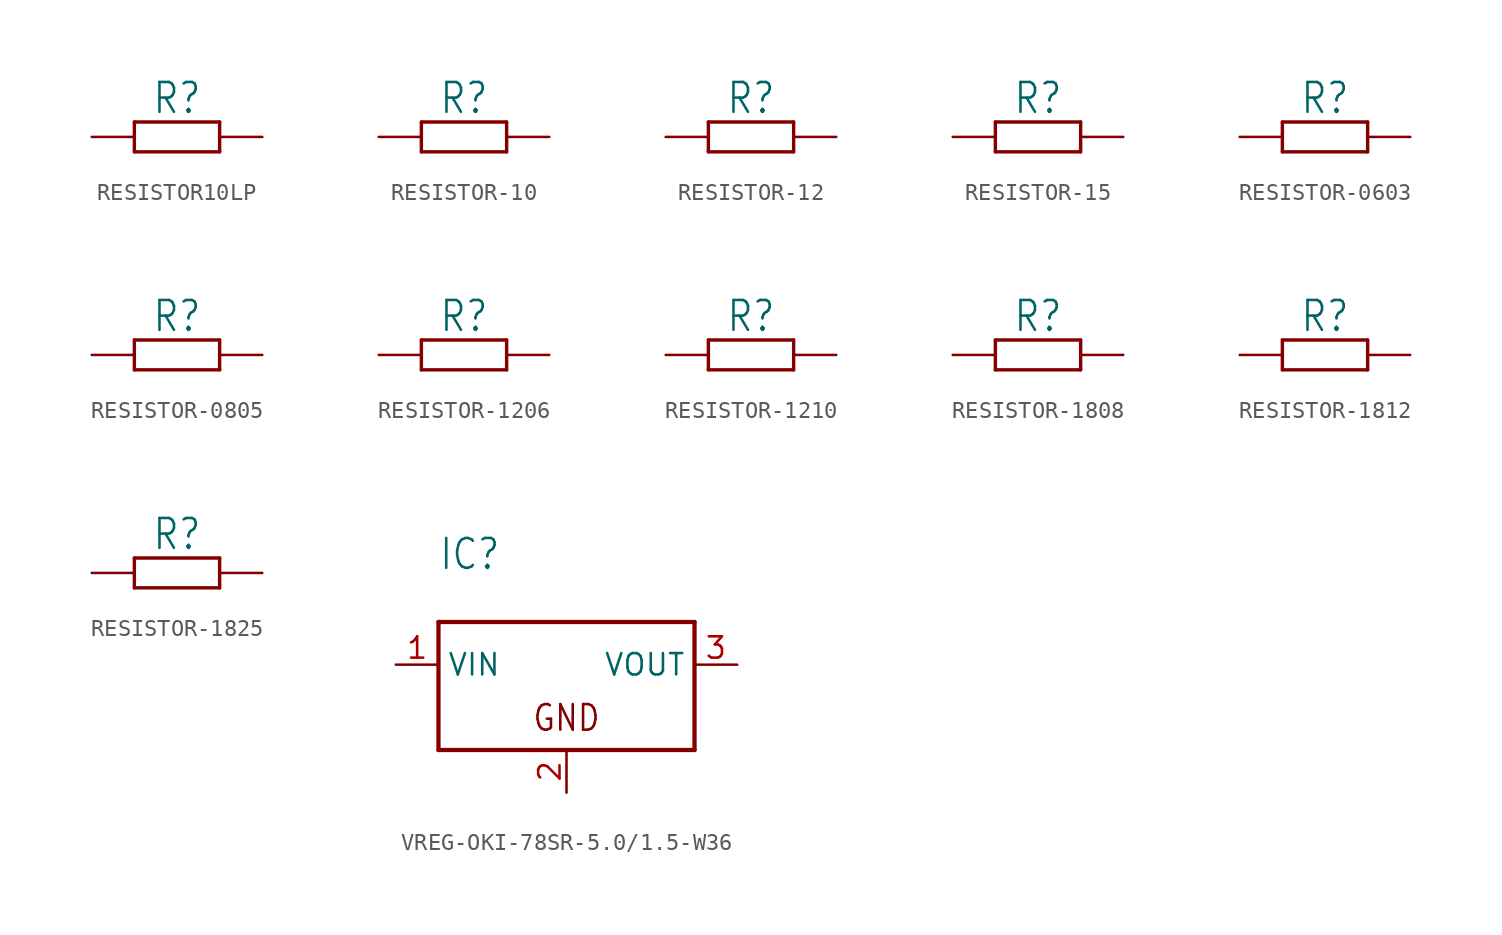
<source format=kicad_sym>
(kicad_symbol_lib
  (version 20220914)
  (generator kicad_symbol_editor)
  (symbol "RESISTOR10LP"
    (property "Reference" "R"
      (at 0 1.27 0)
      (effects (font (size 1.778 1.511)) (justify bottom)))
    (property "Value" ""
      (at 0 -1.27 0)
      (effects (font (size 1.778 1.511)) (justify top)))
    (property "ki_locked" ""
      (at 0 0 0)
      (effects (font (size 1.27 1.27))))
    (symbol "RESISTOR10LP_1_0"
      (polyline (pts (xy -2.54 -0.889) (xy -2.54 0.889)) (stroke (width 0.203) (type solid)) (fill (type none)))
      (polyline (pts (xy -2.54 0.889) (xy 2.54 0.889)) (stroke (width 0.203) (type solid)) (fill (type none)))
      (polyline (pts (xy 2.54 -0.889) (xy -2.54 -0.889)) (stroke (width 0.203) (type solid)) (fill (type none)))
      (polyline (pts (xy 2.54 0.889) (xy 2.54 -0.889)) (stroke (width 0.203) (type solid)) (fill (type none)))
      (pin passive line (at -5.08 0 0) (length 2.54) (name "1" (effects (font (size 0 0)))) (number "1" (effects (font (size 0 0)))))
      (pin passive line (at 5.08 0 180) (length 2.54) (name "2" (effects (font (size 0 0)))) (number "2" (effects (font (size 0 0)))))))
  (symbol "RESISTOR-10"
    (property "Reference" "R"
      (at 0 1.27 0)
      (effects (font (size 1.778 1.511)) (justify bottom)))
    (property "Value" ""
      (at 0 -1.27 0)
      (effects (font (size 1.778 1.511)) (justify top)))
    (property "ki_locked" ""
      (at 0 0 0)
      (effects (font (size 1.27 1.27))))
    (symbol "RESISTOR-10_1_0"
      (polyline (pts (xy -2.54 -0.889) (xy -2.54 0.889)) (stroke (width 0.203) (type solid)) (fill (type none)))
      (polyline (pts (xy -2.54 0.889) (xy 2.54 0.889)) (stroke (width 0.203) (type solid)) (fill (type none)))
      (polyline (pts (xy 2.54 -0.889) (xy -2.54 -0.889)) (stroke (width 0.203) (type solid)) (fill (type none)))
      (polyline (pts (xy 2.54 0.889) (xy 2.54 -0.889)) (stroke (width 0.203) (type solid)) (fill (type none)))
      (pin passive line (at -5.08 0 0) (length 2.54) (name "1" (effects (font (size 0 0)))) (number "1" (effects (font (size 0 0)))))
      (pin passive line (at 5.08 0 180) (length 2.54) (name "2" (effects (font (size 0 0)))) (number "2" (effects (font (size 0 0)))))))
  (symbol "RESISTOR-12"
    (property "Reference" "R"
      (at 0 1.27 0)
      (effects (font (size 1.778 1.511)) (justify bottom)))
    (property "Value" ""
      (at 0 -1.27 0)
      (effects (font (size 1.778 1.511)) (justify top)))
    (property "ki_locked" ""
      (at 0 0 0)
      (effects (font (size 1.27 1.27))))
    (symbol "RESISTOR-12_1_0"
      (polyline (pts (xy -2.54 -0.889) (xy -2.54 0.889)) (stroke (width 0.203) (type solid)) (fill (type none)))
      (polyline (pts (xy -2.54 0.889) (xy 2.54 0.889)) (stroke (width 0.203) (type solid)) (fill (type none)))
      (polyline (pts (xy 2.54 -0.889) (xy -2.54 -0.889)) (stroke (width 0.203) (type solid)) (fill (type none)))
      (polyline (pts (xy 2.54 0.889) (xy 2.54 -0.889)) (stroke (width 0.203) (type solid)) (fill (type none)))
      (pin passive line (at -5.08 0 0) (length 2.54) (name "1" (effects (font (size 0 0)))) (number "1" (effects (font (size 0 0)))))
      (pin passive line (at 5.08 0 180) (length 2.54) (name "2" (effects (font (size 0 0)))) (number "2" (effects (font (size 0 0)))))))
  (symbol "RESISTOR-15"
    (property "Reference" "R"
      (at 0 1.27 0)
      (effects (font (size 1.778 1.511)) (justify bottom)))
    (property "Value" ""
      (at 0 -1.27 0)
      (effects (font (size 1.778 1.511)) (justify top)))
    (property "ki_locked" ""
      (at 0 0 0)
      (effects (font (size 1.27 1.27))))
    (symbol "RESISTOR-15_1_0"
      (polyline (pts (xy -2.54 -0.889) (xy -2.54 0.889)) (stroke (width 0.203) (type solid)) (fill (type none)))
      (polyline (pts (xy -2.54 0.889) (xy 2.54 0.889)) (stroke (width 0.203) (type solid)) (fill (type none)))
      (polyline (pts (xy 2.54 -0.889) (xy -2.54 -0.889)) (stroke (width 0.203) (type solid)) (fill (type none)))
      (polyline (pts (xy 2.54 0.889) (xy 2.54 -0.889)) (stroke (width 0.203) (type solid)) (fill (type none)))
      (pin passive line (at -5.08 0 0) (length 2.54) (name "1" (effects (font (size 0 0)))) (number "1" (effects (font (size 0 0)))))
      (pin passive line (at 5.08 0 180) (length 2.54) (name "2" (effects (font (size 0 0)))) (number "2" (effects (font (size 0 0)))))))
  (symbol "RESISTOR-0603"
    (property "Reference" "R"
      (at 0 1.27 0)
      (effects (font (size 1.778 1.511)) (justify bottom)))
    (property "Value" ""
      (at 0 -1.27 0)
      (effects (font (size 1.778 1.511)) (justify top)))
    (property "ki_locked" ""
      (at 0 0 0)
      (effects (font (size 1.27 1.27))))
    (symbol "RESISTOR-0603_1_0"
      (polyline (pts (xy -2.54 -0.889) (xy -2.54 0.889)) (stroke (width 0.203) (type solid)) (fill (type none)))
      (polyline (pts (xy -2.54 0.889) (xy 2.54 0.889)) (stroke (width 0.203) (type solid)) (fill (type none)))
      (polyline (pts (xy 2.54 -0.889) (xy -2.54 -0.889)) (stroke (width 0.203) (type solid)) (fill (type none)))
      (polyline (pts (xy 2.54 0.889) (xy 2.54 -0.889)) (stroke (width 0.203) (type solid)) (fill (type none)))
      (pin passive line (at -5.08 0 0) (length 2.54) (name "1" (effects (font (size 0 0)))) (number "1" (effects (font (size 0 0)))))
      (pin passive line (at 5.08 0 180) (length 2.54) (name "2" (effects (font (size 0 0)))) (number "2" (effects (font (size 0 0)))))))
  (symbol "RESISTOR-0805"
    (property "Reference" "R"
      (at 0 1.27 0)
      (effects (font (size 1.778 1.511)) (justify bottom)))
    (property "Value" ""
      (at 0 -1.27 0)
      (effects (font (size 1.778 1.511)) (justify top)))
    (property "ki_locked" ""
      (at 0 0 0)
      (effects (font (size 1.27 1.27))))
    (symbol "RESISTOR-0805_1_0"
      (polyline (pts (xy -2.54 -0.889) (xy -2.54 0.889)) (stroke (width 0.203) (type solid)) (fill (type none)))
      (polyline (pts (xy -2.54 0.889) (xy 2.54 0.889)) (stroke (width 0.203) (type solid)) (fill (type none)))
      (polyline (pts (xy 2.54 -0.889) (xy -2.54 -0.889)) (stroke (width 0.203) (type solid)) (fill (type none)))
      (polyline (pts (xy 2.54 0.889) (xy 2.54 -0.889)) (stroke (width 0.203) (type solid)) (fill (type none)))
      (pin passive line (at -5.08 0 0) (length 2.54) (name "1" (effects (font (size 0 0)))) (number "1" (effects (font (size 0 0)))))
      (pin passive line (at 5.08 0 180) (length 2.54) (name "2" (effects (font (size 0 0)))) (number "2" (effects (font (size 0 0)))))))
  (symbol "RESISTOR-1206"
    (property "Reference" "R"
      (at 0 1.27 0)
      (effects (font (size 1.778 1.511)) (justify bottom)))
    (property "Value" ""
      (at 0 -1.27 0)
      (effects (font (size 1.778 1.511)) (justify top)))
    (property "ki_locked" ""
      (at 0 0 0)
      (effects (font (size 1.27 1.27))))
    (symbol "RESISTOR-1206_1_0"
      (polyline (pts (xy -2.54 -0.889) (xy -2.54 0.889)) (stroke (width 0.203) (type solid)) (fill (type none)))
      (polyline (pts (xy -2.54 0.889) (xy 2.54 0.889)) (stroke (width 0.203) (type solid)) (fill (type none)))
      (polyline (pts (xy 2.54 -0.889) (xy -2.54 -0.889)) (stroke (width 0.203) (type solid)) (fill (type none)))
      (polyline (pts (xy 2.54 0.889) (xy 2.54 -0.889)) (stroke (width 0.203) (type solid)) (fill (type none)))
      (pin passive line (at -5.08 0 0) (length 2.54) (name "1" (effects (font (size 0 0)))) (number "1" (effects (font (size 0 0)))))
      (pin passive line (at 5.08 0 180) (length 2.54) (name "2" (effects (font (size 0 0)))) (number "2" (effects (font (size 0 0)))))))
  (symbol "RESISTOR-1210"
    (property "Reference" "R"
      (at 0 1.27 0)
      (effects (font (size 1.778 1.511)) (justify bottom)))
    (property "Value" ""
      (at 0 -1.27 0)
      (effects (font (size 1.778 1.511)) (justify top)))
    (property "ki_locked" ""
      (at 0 0 0)
      (effects (font (size 1.27 1.27))))
    (symbol "RESISTOR-1210_1_0"
      (polyline (pts (xy -2.54 -0.889) (xy -2.54 0.889)) (stroke (width 0.203) (type solid)) (fill (type none)))
      (polyline (pts (xy -2.54 0.889) (xy 2.54 0.889)) (stroke (width 0.203) (type solid)) (fill (type none)))
      (polyline (pts (xy 2.54 -0.889) (xy -2.54 -0.889)) (stroke (width 0.203) (type solid)) (fill (type none)))
      (polyline (pts (xy 2.54 0.889) (xy 2.54 -0.889)) (stroke (width 0.203) (type solid)) (fill (type none)))
      (pin passive line (at -5.08 0 0) (length 2.54) (name "1" (effects (font (size 0 0)))) (number "1" (effects (font (size 0 0)))))
      (pin passive line (at 5.08 0 180) (length 2.54) (name "2" (effects (font (size 0 0)))) (number "2" (effects (font (size 0 0)))))))
  (symbol "RESISTOR-1808"
    (property "Reference" "R"
      (at 0 1.27 0)
      (effects (font (size 1.778 1.511)) (justify bottom)))
    (property "Value" ""
      (at 0 -1.27 0)
      (effects (font (size 1.778 1.511)) (justify top)))
    (property "ki_locked" ""
      (at 0 0 0)
      (effects (font (size 1.27 1.27))))
    (symbol "RESISTOR-1808_1_0"
      (polyline (pts (xy -2.54 -0.889) (xy -2.54 0.889)) (stroke (width 0.203) (type solid)) (fill (type none)))
      (polyline (pts (xy -2.54 0.889) (xy 2.54 0.889)) (stroke (width 0.203) (type solid)) (fill (type none)))
      (polyline (pts (xy 2.54 -0.889) (xy -2.54 -0.889)) (stroke (width 0.203) (type solid)) (fill (type none)))
      (polyline (pts (xy 2.54 0.889) (xy 2.54 -0.889)) (stroke (width 0.203) (type solid)) (fill (type none)))
      (pin passive line (at -5.08 0 0) (length 2.54) (name "1" (effects (font (size 0 0)))) (number "1" (effects (font (size 0 0)))))
      (pin passive line (at 5.08 0 180) (length 2.54) (name "2" (effects (font (size 0 0)))) (number "2" (effects (font (size 0 0)))))))
  (symbol "RESISTOR-1812"
    (property "Reference" "R"
      (at 0 1.27 0)
      (effects (font (size 1.778 1.511)) (justify bottom)))
    (property "Value" ""
      (at 0 -1.27 0)
      (effects (font (size 1.778 1.511)) (justify top)))
    (property "ki_locked" ""
      (at 0 0 0)
      (effects (font (size 1.27 1.27))))
    (symbol "RESISTOR-1812_1_0"
      (polyline (pts (xy -2.54 -0.889) (xy -2.54 0.889)) (stroke (width 0.203) (type solid)) (fill (type none)))
      (polyline (pts (xy -2.54 0.889) (xy 2.54 0.889)) (stroke (width 0.203) (type solid)) (fill (type none)))
      (polyline (pts (xy 2.54 -0.889) (xy -2.54 -0.889)) (stroke (width 0.203) (type solid)) (fill (type none)))
      (polyline (pts (xy 2.54 0.889) (xy 2.54 -0.889)) (stroke (width 0.203) (type solid)) (fill (type none)))
      (pin passive line (at -5.08 0 0) (length 2.54) (name "1" (effects (font (size 0 0)))) (number "1" (effects (font (size 0 0)))))
      (pin passive line (at 5.08 0 180) (length 2.54) (name "2" (effects (font (size 0 0)))) (number "2" (effects (font (size 0 0)))))))
  (symbol "RESISTOR-1825"
    (property "Reference" "R"
      (at 0 1.27 0)
      (effects (font (size 1.778 1.511)) (justify bottom)))
    (property "Value" ""
      (at 0 -1.27 0)
      (effects (font (size 1.778 1.511)) (justify top)))
    (property "ki_locked" ""
      (at 0 0 0)
      (effects (font (size 1.27 1.27))))
    (symbol "RESISTOR-1825_1_0"
      (polyline (pts (xy -2.54 -0.889) (xy -2.54 0.889)) (stroke (width 0.203) (type solid)) (fill (type none)))
      (polyline (pts (xy -2.54 0.889) (xy 2.54 0.889)) (stroke (width 0.203) (type solid)) (fill (type none)))
      (polyline (pts (xy 2.54 -0.889) (xy -2.54 -0.889)) (stroke (width 0.203) (type solid)) (fill (type none)))
      (polyline (pts (xy 2.54 0.889) (xy 2.54 -0.889)) (stroke (width 0.203) (type solid)) (fill (type none)))
      (pin passive line (at -5.08 0 0) (length 2.54) (name "1" (effects (font (size 0 0)))) (number "1" (effects (font (size 0 0)))))
      (pin passive line (at 5.08 0 180) (length 2.54) (name "2" (effects (font (size 0 0)))) (number "2" (effects (font (size 0 0)))))))
  (symbol "VREG-OKI-78SR-5.0/1.5-W36"
    (property "Reference" "IC"
      (at -7.62 7.62 0)
      (effects (font (size 1.778 1.511)) (justify left top)))
    (property "Value" ""
      (at -7.62 5.08 0)
      (effects (font (size 1.778 1.511)) (justify left top)))
    (property "ki_locked" ""
      (at 0 0 0)
      (effects (font (size 1.27 1.27))))
    (symbol "VREG-OKI-78SR-5.0/1.5-W36_1_0"
      (polyline (pts (xy -7.62 -5.08) (xy 7.62 -5.08)) (stroke (width 0.254) (type solid)) (fill (type none)))
      (polyline (pts (xy -7.62 2.54) (xy -7.62 -5.08)) (stroke (width 0.254) (type solid)) (fill (type none)))
      (polyline (pts (xy 7.62 -5.08) (xy 7.62 2.54)) (stroke (width 0.254) (type solid)) (fill (type none)))
      (polyline (pts (xy 7.62 2.54) (xy -7.62 2.54)) (stroke (width 0.254) (type solid)) (fill (type none)))
      (text "GND" (at 0 -4.064 0) (effects (font (size 1.524 1.295)) (justify bottom)))
      (pin power_in line (at -10.16 0 0) (length 2.54) (name "VIN" (effects (font (size 1.27 1.27)))) (number "1" (effects (font (size 1.27 1.27)))))
      (pin power_in line (at 0 -7.62 90) (length 2.54) (name "GND" (effects (font (size 0 0)))) (number "2" (effects (font (size 1.27 1.27)))))
      (pin power_in line (at 10.16 0 180) (length 2.54) (name "VOUT" (effects (font (size 1.27 1.27)))) (number "3" (effects (font (size 1.27 1.27))))))))
</source>
